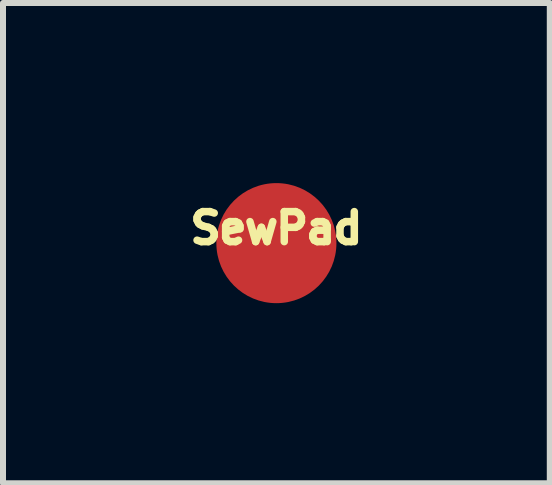
<source format=kicad_pcb>
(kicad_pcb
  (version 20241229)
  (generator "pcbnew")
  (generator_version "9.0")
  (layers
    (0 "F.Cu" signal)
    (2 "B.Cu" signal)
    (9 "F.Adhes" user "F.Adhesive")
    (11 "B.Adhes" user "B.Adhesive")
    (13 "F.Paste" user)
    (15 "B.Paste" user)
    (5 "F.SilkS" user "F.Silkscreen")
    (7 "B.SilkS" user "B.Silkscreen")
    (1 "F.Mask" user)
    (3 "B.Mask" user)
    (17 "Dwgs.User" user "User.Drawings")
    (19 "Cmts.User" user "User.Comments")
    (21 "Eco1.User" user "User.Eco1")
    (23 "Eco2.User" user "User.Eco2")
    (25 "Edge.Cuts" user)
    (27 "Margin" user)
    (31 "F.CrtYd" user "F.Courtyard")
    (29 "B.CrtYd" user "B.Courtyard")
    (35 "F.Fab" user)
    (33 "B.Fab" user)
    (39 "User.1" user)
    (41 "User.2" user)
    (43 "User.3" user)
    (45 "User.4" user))
  (footprint "SewPad"
    (layer "F.Cu")
    (at 1.554 1)
    (property "Reference" "SewPad" (at 0 -0.25 0) (layer "F.SilkS") (effects (font (size 0.5 0.5) (thickness 0.125))))
    (attr through_hole)
    (pad "1" smd circle (at 0 0) (size 2 2) (layers "F.Cu" "F.Mask")))
  (gr_rect
    (start -3 -3)
    (end 6.108 5)
    (stroke (width 0.1) (type default))
    (fill no)
    (layer "Edge.Cuts")))
</source>
